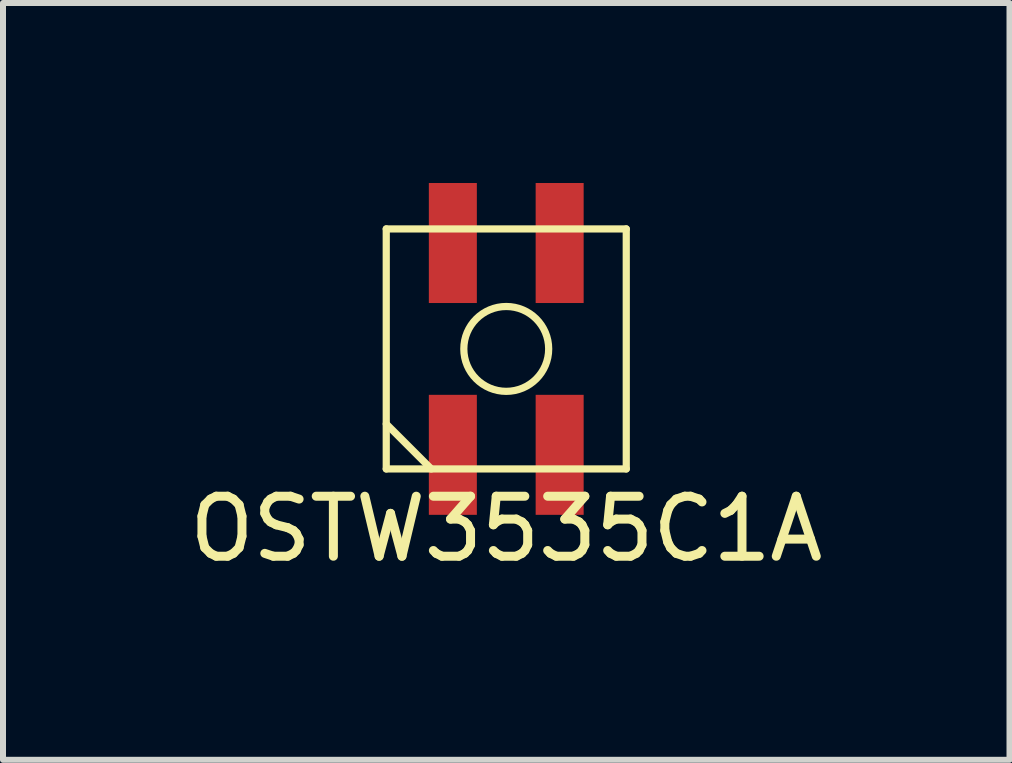
<source format=kicad_pcb>
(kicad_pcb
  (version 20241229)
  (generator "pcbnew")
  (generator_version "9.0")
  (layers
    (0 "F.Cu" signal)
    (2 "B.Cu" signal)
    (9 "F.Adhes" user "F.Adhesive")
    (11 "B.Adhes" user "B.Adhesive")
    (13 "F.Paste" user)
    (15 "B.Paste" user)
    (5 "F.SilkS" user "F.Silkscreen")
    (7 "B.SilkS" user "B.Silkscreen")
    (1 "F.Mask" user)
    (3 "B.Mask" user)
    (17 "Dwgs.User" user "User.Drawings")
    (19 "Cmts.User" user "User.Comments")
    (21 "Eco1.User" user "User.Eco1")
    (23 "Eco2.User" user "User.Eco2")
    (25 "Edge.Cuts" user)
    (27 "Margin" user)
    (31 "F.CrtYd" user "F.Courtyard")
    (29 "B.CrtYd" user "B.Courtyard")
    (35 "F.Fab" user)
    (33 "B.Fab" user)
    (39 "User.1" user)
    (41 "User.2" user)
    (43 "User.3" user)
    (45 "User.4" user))
  (footprint "OSTW3535C1A"
    (layer "F.Cu")
    (at 5.387 2.765)
    (property "Reference" "OSTW3535C1A" (at 0 3 0) (layer "F.SilkS") (effects (font (size 1 1) (thickness 0.15))))
    (attr through_hole)
    (fp_line (start -2 -2) (end 2 -2) (stroke (width 0.12) (type solid)) (layer "F.SilkS"))
    (fp_line (start -2 2) (end -2 -2) (stroke (width 0.12) (type solid)) (layer "F.SilkS"))
    (fp_line (start -1.25 2) (end -2 1.25) (stroke (width 0.12) (type solid)) (layer "F.SilkS"))
    (fp_line (start 2 -2) (end 2 2) (stroke (width 0.12) (type solid)) (layer "F.SilkS"))
    (fp_line (start 2 2) (end -2 2) (stroke (width 0.12) (type solid)) (layer "F.SilkS"))
    (fp_circle (center 0 0) (end 0.5 -0.5) (stroke (width 0.12) (type solid)) (fill no) (layer "F.SilkS"))
    (pad "1" smd rect (at 0.89 -1.765) (size 0.8 2) (layers "F.Cu" "F.Mask" "F.Paste"))
    (pad "2" smd rect (at -0.89 -1.765) (size 0.8 2) (layers "F.Cu" "F.Mask" "F.Paste"))
    (pad "3" smd rect (at -0.89 1.765) (size 0.8 2) (layers "F.Cu" "F.Mask" "F.Paste"))
    (pad "4" smd rect (at 0.89 1.765) (size 0.8 2) (layers "F.Cu" "F.Mask" "F.Paste")))
  (gr_rect
    (start -3 -3)
    (end 13.774 9.613)
    (stroke (width 0.1) (type default))
    (fill no)
    (layer "Edge.Cuts")))
</source>
